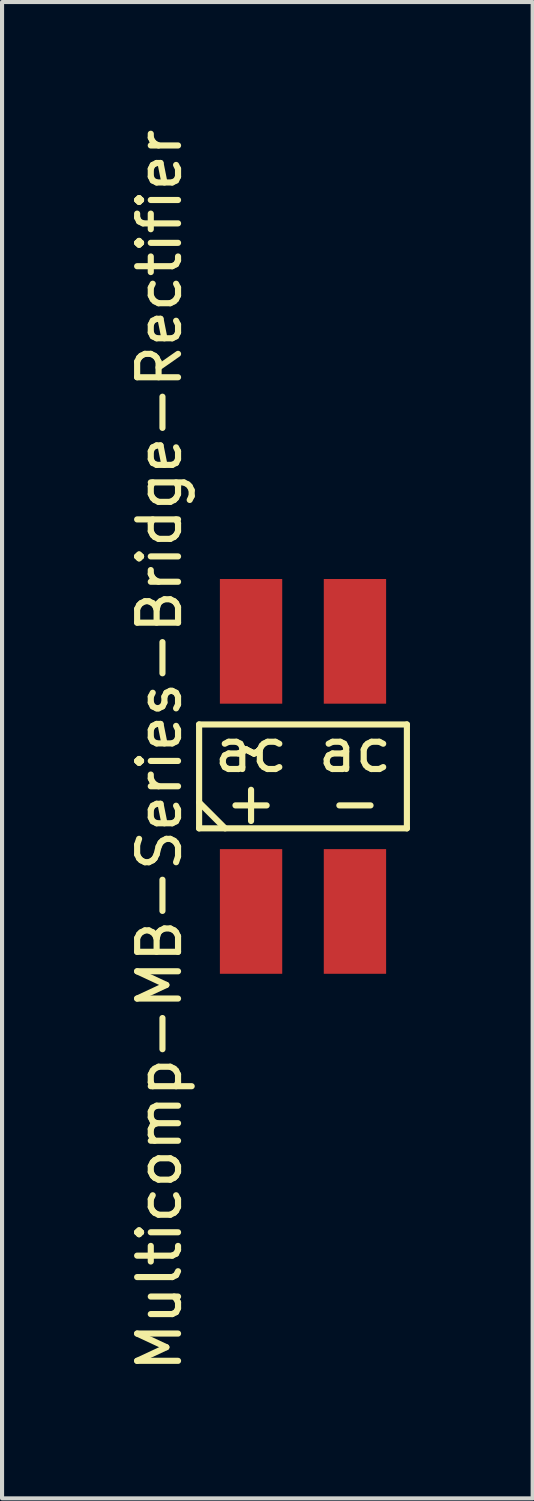
<source format=kicad_pcb>
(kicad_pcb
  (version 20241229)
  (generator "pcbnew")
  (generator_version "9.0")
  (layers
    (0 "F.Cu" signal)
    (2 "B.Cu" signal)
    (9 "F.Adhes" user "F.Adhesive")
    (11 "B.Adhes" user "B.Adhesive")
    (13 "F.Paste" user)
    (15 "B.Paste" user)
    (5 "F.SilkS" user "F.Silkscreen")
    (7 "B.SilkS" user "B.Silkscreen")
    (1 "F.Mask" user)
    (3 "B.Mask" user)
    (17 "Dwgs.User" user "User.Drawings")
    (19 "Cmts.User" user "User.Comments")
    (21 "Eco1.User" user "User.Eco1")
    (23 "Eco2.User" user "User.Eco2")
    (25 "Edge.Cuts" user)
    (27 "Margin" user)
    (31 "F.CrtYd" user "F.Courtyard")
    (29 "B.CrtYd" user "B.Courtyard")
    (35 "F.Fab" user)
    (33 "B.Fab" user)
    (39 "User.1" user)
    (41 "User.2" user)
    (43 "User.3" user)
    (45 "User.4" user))
  (footprint "Multicomp-MB-Series-Bridge-Rectifier"
    (layer "F.Cu")
    (at 4.358 15.932)
    (property "Reference" "Multicomp-MB-Series-Bridge-Rectifier" (at -3.51 -0.64 90) (layer "F.SilkS") (effects (font (size 1 1) (thickness 0.15))))
    (attr through_hole)
    (fp_line (start -2.54 -1.27) (end 2.54 -1.27) (stroke (width 0.15) (type solid)) (layer "F.SilkS"))
    (fp_line (start -2.54 0.635) (end -1.905 1.27) (stroke (width 0.15) (type solid)) (layer "F.SilkS"))
    (fp_line (start -2.54 1.27) (end -2.54 -1.27) (stroke (width 0.15) (type solid)) (layer "F.SilkS"))
    (fp_line (start 2.54 -1.27) (end 2.54 1.27) (stroke (width 0.15) (type solid)) (layer "F.SilkS"))
    (fp_line (start 2.54 1.27) (end -2.54 1.27) (stroke (width 0.15) (type solid)) (layer "F.SilkS"))
    (fp_text user "ac" (at -1.27 -0.635 0) (layer "F.SilkS") (effects (font (size 1 1) (thickness 0.15))))
    (fp_text user "~" (at -1.27 -0.635 0) (layer "F.SilkS") (effects (font (size 1 1) (thickness 0.15))))
    (fp_text user "~" (at -1.27 -0.635 0) (layer "F.SilkS") (effects (font (size 1 1) (thickness 0.15))))
    (fp_text user "ac" (at 1.27 -0.635 0) (layer "F.SilkS") (effects (font (size 1 1) (thickness 0.15))))
    (fp_text user "~" (at -1.27 -0.635 0) (layer "F.SilkS") (effects (font (size 1 1) (thickness 0.15))))
    (fp_text user "+" (at -1.27 0.635 0) (layer "F.SilkS") (effects (font (size 1 1) (thickness 0.15))))
    (fp_text user "-" (at 1.27 0.635 0) (layer "F.SilkS") (effects (font (size 1 1) (thickness 0.15))))
    (pad "1" smd rect (at -1.27 3.302) (size 1.524 3.048) (layers "F.Cu" "F.Mask" "F.Paste"))
    (pad "2" smd rect (at 1.27 3.302) (size 1.524 3.048) (layers "F.Cu" "F.Mask" "F.Paste"))
    (pad "3" smd rect (at 1.27 -3.302) (size 1.524 3.048) (layers "F.Cu" "F.Mask" "F.Paste"))
    (pad "4" smd rect (at -1.27 -3.302) (size 1.524 3.048) (layers "F.Cu" "F.Mask" "F.Paste")))
  (gr_rect
    (start -3 -3)
    (end 9.973 33.583)
    (stroke (width 0.1) (type default))
    (fill no)
    (layer "Edge.Cuts")))
</source>
